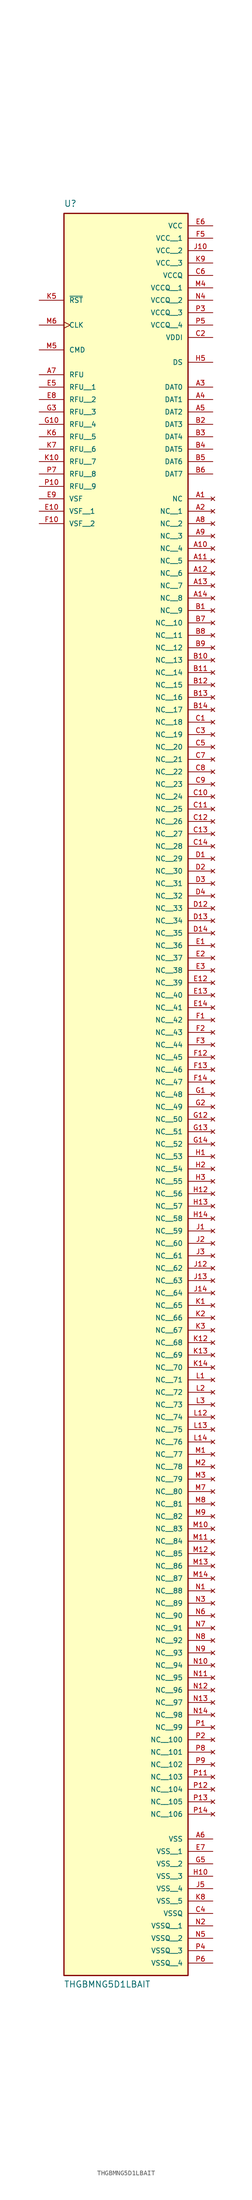
<source format=kicad_sym>
(kicad_symbol_lib
  (version 20211014)
  (generator kicad_symbol_editor)
  (symbol "THGBMNG5D1LBAIT"
    (pin_names
      (offset 1.016))
    (property "Reference" "U"
      (at -12.7 26.67 0)
      (effects (font (size 1.27 1.27)) (justify bottom left)))
    (property "Value" "THGBMNG5D1LBAIT"
      (at -12.7 -337.82 0)
      (effects (font (size 1.27 1.27)) (justify bottom left)))
    (symbol "THGBMNG5D1LBAIT_0_0"
      (rectangle (start -12.7 -335.28) (end 12.7 25.4) (stroke (width 0.254)) (fill (type background)))
      (pin bidirectional line (at 17.78 -10.16 180.0) (length 5.08) (name "DAT0" (effects (font (size 1.016 1.016)))) (number "A3" (effects (font (size 1.016 1.016)))))
      (pin bidirectional line (at 17.78 -12.7 180.0) (length 5.08) (name "DAT1" (effects (font (size 1.016 1.016)))) (number "A4" (effects (font (size 1.016 1.016)))))
      (pin bidirectional line (at 17.78 -15.24 180.0) (length 5.08) (name "DAT2" (effects (font (size 1.016 1.016)))) (number "A5" (effects (font (size 1.016 1.016)))))
      (pin power_in line (at 17.78 -307.34 180.0) (length 5.08) (name "VSS" (effects (font (size 1.016 1.016)))) (number "A6" (effects (font (size 1.016 1.016)))))
      (pin bidirectional line (at 17.78 -17.78 180.0) (length 5.08) (name "DAT3" (effects (font (size 1.016 1.016)))) (number "B2" (effects (font (size 1.016 1.016)))))
      (pin bidirectional line (at 17.78 -20.32 180.0) (length 5.08) (name "DAT4" (effects (font (size 1.016 1.016)))) (number "B3" (effects (font (size 1.016 1.016)))))
      (pin bidirectional line (at 17.78 -22.86 180.0) (length 5.08) (name "DAT5" (effects (font (size 1.016 1.016)))) (number "B4" (effects (font (size 1.016 1.016)))))
      (pin bidirectional line (at 17.78 -25.4 180.0) (length 5.08) (name "DAT6" (effects (font (size 1.016 1.016)))) (number "B5" (effects (font (size 1.016 1.016)))))
      (pin bidirectional line (at 17.78 -27.94 180.0) (length 5.08) (name "DAT7" (effects (font (size 1.016 1.016)))) (number "B6" (effects (font (size 1.016 1.016)))))
      (pin power_in line (at 17.78 0.0 180.0) (length 5.08) (name "VDDI" (effects (font (size 1.016 1.016)))) (number "C2" (effects (font (size 1.016 1.016)))))
      (pin power_in line (at 17.78 -322.58 180.0) (length 5.08) (name "VSSQ" (effects (font (size 1.016 1.016)))) (number "C4" (effects (font (size 1.016 1.016)))))
      (pin power_in line (at 17.78 12.7 180.0) (length 5.08) (name "VCCQ" (effects (font (size 1.016 1.016)))) (number "C6" (effects (font (size 1.016 1.016)))))
      (pin power_in line (at 17.78 22.86 180.0) (length 5.08) (name "VCC" (effects (font (size 1.016 1.016)))) (number "E6" (effects (font (size 1.016 1.016)))))
      (pin bidirectional line (at -17.78 -2.54 0) (length 5.08) (name "CMD" (effects (font (size 1.016 1.016)))) (number "M5" (effects (font (size 1.016 1.016)))))
      (pin output line (at 17.78 -5.08 180.0) (length 5.08) (name "DS" (effects (font (size 1.016 1.016)))) (number "H5" (effects (font (size 1.016 1.016)))))
      (pin input clock (at -17.78 2.54 0) (length 5.08) (name "CLK" (effects (font (size 1.016 1.016)))) (number "M6" (effects (font (size 1.016 1.016)))))
      (pin input line (at -17.78 7.62 0) (length 5.08) (name "~{RST}" (effects (font (size 1.016 1.016)))) (number "K5" (effects (font (size 1.016 1.016)))))
      (pin no_connect line (at 17.78 -33.02 180.0) (length 5.08) (name "NC" (effects (font (size 1.016 1.016)))) (number "A1" (effects (font (size 1.016 1.016)))))
      (pin passive line (at -17.78 -7.62 0) (length 5.08) (name "RFU" (effects (font (size 1.016 1.016)))) (number "A7" (effects (font (size 1.016 1.016)))))
      (pin passive line (at -17.78 -33.02 0) (length 5.08) (name "VSF" (effects (font (size 1.016 1.016)))) (number "E9" (effects (font (size 1.016 1.016)))))
      (pin passive line (at -17.78 -10.16 0) (length 5.08) (name "RFU__1" (effects (font (size 1.016 1.016)))) (number "E5" (effects (font (size 1.016 1.016)))))
      (pin passive line (at -17.78 -12.7 0) (length 5.08) (name "RFU__2" (effects (font (size 1.016 1.016)))) (number "E8" (effects (font (size 1.016 1.016)))))
      (pin passive line (at -17.78 -15.24 0) (length 5.08) (name "RFU__3" (effects (font (size 1.016 1.016)))) (number "G3" (effects (font (size 1.016 1.016)))))
      (pin passive line (at -17.78 -17.78 0) (length 5.08) (name "RFU__4" (effects (font (size 1.016 1.016)))) (number "G10" (effects (font (size 1.016 1.016)))))
      (pin passive line (at -17.78 -20.32 0) (length 5.08) (name "RFU__5" (effects (font (size 1.016 1.016)))) (number "K6" (effects (font (size 1.016 1.016)))))
      (pin passive line (at -17.78 -22.86 0) (length 5.08) (name "RFU__6" (effects (font (size 1.016 1.016)))) (number "K7" (effects (font (size 1.016 1.016)))))
      (pin passive line (at -17.78 -25.4 0) (length 5.08) (name "RFU__7" (effects (font (size 1.016 1.016)))) (number "K10" (effects (font (size 1.016 1.016)))))
      (pin passive line (at -17.78 -27.94 0) (length 5.08) (name "RFU__8" (effects (font (size 1.016 1.016)))) (number "P7" (effects (font (size 1.016 1.016)))))
      (pin passive line (at -17.78 -30.48 0) (length 5.08) (name "RFU__9" (effects (font (size 1.016 1.016)))) (number "P10" (effects (font (size 1.016 1.016)))))
      (pin passive line (at -17.78 -35.56 0) (length 5.08) (name "VSF__1" (effects (font (size 1.016 1.016)))) (number "E10" (effects (font (size 1.016 1.016)))))
      (pin passive line (at -17.78 -38.1 0) (length 5.08) (name "VSF__2" (effects (font (size 1.016 1.016)))) (number "F10" (effects (font (size 1.016 1.016)))))
      (pin power_in line (at 17.78 20.32 180.0) (length 5.08) (name "VCC__1" (effects (font (size 1.016 1.016)))) (number "F5" (effects (font (size 1.016 1.016)))))
      (pin power_in line (at 17.78 17.78 180.0) (length 5.08) (name "VCC__2" (effects (font (size 1.016 1.016)))) (number "J10" (effects (font (size 1.016 1.016)))))
      (pin power_in line (at 17.78 15.24 180.0) (length 5.08) (name "VCC__3" (effects (font (size 1.016 1.016)))) (number "K9" (effects (font (size 1.016 1.016)))))
      (pin power_in line (at 17.78 10.16 180.0) (length 5.08) (name "VCCQ__1" (effects (font (size 1.016 1.016)))) (number "M4" (effects (font (size 1.016 1.016)))))
      (pin power_in line (at 17.78 7.62 180.0) (length 5.08) (name "VCCQ__2" (effects (font (size 1.016 1.016)))) (number "N4" (effects (font (size 1.016 1.016)))))
      (pin power_in line (at 17.78 5.08 180.0) (length 5.08) (name "VCCQ__3" (effects (font (size 1.016 1.016)))) (number "P3" (effects (font (size 1.016 1.016)))))
      (pin power_in line (at 17.78 2.54 180.0) (length 5.08) (name "VCCQ__4" (effects (font (size 1.016 1.016)))) (number "P5" (effects (font (size 1.016 1.016)))))
      (pin no_connect line (at 17.78 -35.56 180.0) (length 5.08) (name "NC__1" (effects (font (size 1.016 1.016)))) (number "A2" (effects (font (size 1.016 1.016)))))
      (pin no_connect line (at 17.78 -38.1 180.0) (length 5.08) (name "NC__2" (effects (font (size 1.016 1.016)))) (number "A8" (effects (font (size 1.016 1.016)))))
      (pin no_connect line (at 17.78 -40.64 180.0) (length 5.08) (name "NC__3" (effects (font (size 1.016 1.016)))) (number "A9" (effects (font (size 1.016 1.016)))))
      (pin no_connect line (at 17.78 -43.18 180.0) (length 5.08) (name "NC__4" (effects (font (size 1.016 1.016)))) (number "A10" (effects (font (size 1.016 1.016)))))
      (pin no_connect line (at 17.78 -45.72 180.0) (length 5.08) (name "NC__5" (effects (font (size 1.016 1.016)))) (number "A11" (effects (font (size 1.016 1.016)))))
      (pin no_connect line (at 17.78 -48.26 180.0) (length 5.08) (name "NC__6" (effects (font (size 1.016 1.016)))) (number "A12" (effects (font (size 1.016 1.016)))))
      (pin no_connect line (at 17.78 -50.8 180.0) (length 5.08) (name "NC__7" (effects (font (size 1.016 1.016)))) (number "A13" (effects (font (size 1.016 1.016)))))
      (pin no_connect line (at 17.78 -53.34 180.0) (length 5.08) (name "NC__8" (effects (font (size 1.016 1.016)))) (number "A14" (effects (font (size 1.016 1.016)))))
      (pin no_connect line (at 17.78 -55.88 180.0) (length 5.08) (name "NC__9" (effects (font (size 1.016 1.016)))) (number "B1" (effects (font (size 1.016 1.016)))))
      (pin no_connect line (at 17.78 -58.42 180.0) (length 5.08) (name "NC__10" (effects (font (size 1.016 1.016)))) (number "B7" (effects (font (size 1.016 1.016)))))
      (pin no_connect line (at 17.78 -60.96 180.0) (length 5.08) (name "NC__11" (effects (font (size 1.016 1.016)))) (number "B8" (effects (font (size 1.016 1.016)))))
      (pin no_connect line (at 17.78 -63.5 180.0) (length 5.08) (name "NC__12" (effects (font (size 1.016 1.016)))) (number "B9" (effects (font (size 1.016 1.016)))))
      (pin no_connect line (at 17.78 -66.04 180.0) (length 5.08) (name "NC__13" (effects (font (size 1.016 1.016)))) (number "B10" (effects (font (size 1.016 1.016)))))
      (pin no_connect line (at 17.78 -68.58 180.0) (length 5.08) (name "NC__14" (effects (font (size 1.016 1.016)))) (number "B11" (effects (font (size 1.016 1.016)))))
      (pin no_connect line (at 17.78 -71.12 180.0) (length 5.08) (name "NC__15" (effects (font (size 1.016 1.016)))) (number "B12" (effects (font (size 1.016 1.016)))))
      (pin no_connect line (at 17.78 -73.66 180.0) (length 5.08) (name "NC__16" (effects (font (size 1.016 1.016)))) (number "B13" (effects (font (size 1.016 1.016)))))
      (pin no_connect line (at 17.78 -76.2 180.0) (length 5.08) (name "NC__17" (effects (font (size 1.016 1.016)))) (number "B14" (effects (font (size 1.016 1.016)))))
      (pin no_connect line (at 17.78 -78.74 180.0) (length 5.08) (name "NC__18" (effects (font (size 1.016 1.016)))) (number "C1" (effects (font (size 1.016 1.016)))))
      (pin no_connect line (at 17.78 -81.28 180.0) (length 5.08) (name "NC__19" (effects (font (size 1.016 1.016)))) (number "C3" (effects (font (size 1.016 1.016)))))
      (pin no_connect line (at 17.78 -83.82 180.0) (length 5.08) (name "NC__20" (effects (font (size 1.016 1.016)))) (number "C5" (effects (font (size 1.016 1.016)))))
      (pin no_connect line (at 17.78 -86.36 180.0) (length 5.08) (name "NC__21" (effects (font (size 1.016 1.016)))) (number "C7" (effects (font (size 1.016 1.016)))))
      (pin no_connect line (at 17.78 -88.9 180.0) (length 5.08) (name "NC__22" (effects (font (size 1.016 1.016)))) (number "C8" (effects (font (size 1.016 1.016)))))
      (pin no_connect line (at 17.78 -91.44 180.0) (length 5.08) (name "NC__23" (effects (font (size 1.016 1.016)))) (number "C9" (effects (font (size 1.016 1.016)))))
      (pin no_connect line (at 17.78 -93.98 180.0) (length 5.08) (name "NC__24" (effects (font (size 1.016 1.016)))) (number "C10" (effects (font (size 1.016 1.016)))))
      (pin no_connect line (at 17.78 -96.52 180.0) (length 5.08) (name "NC__25" (effects (font (size 1.016 1.016)))) (number "C11" (effects (font (size 1.016 1.016)))))
      (pin no_connect line (at 17.78 -99.06 180.0) (length 5.08) (name "NC__26" (effects (font (size 1.016 1.016)))) (number "C12" (effects (font (size 1.016 1.016)))))
      (pin no_connect line (at 17.78 -101.6 180.0) (length 5.08) (name "NC__27" (effects (font (size 1.016 1.016)))) (number "C13" (effects (font (size 1.016 1.016)))))
      (pin no_connect line (at 17.78 -104.14 180.0) (length 5.08) (name "NC__28" (effects (font (size 1.016 1.016)))) (number "C14" (effects (font (size 1.016 1.016)))))
      (pin no_connect line (at 17.78 -106.68 180.0) (length 5.08) (name "NC__29" (effects (font (size 1.016 1.016)))) (number "D1" (effects (font (size 1.016 1.016)))))
      (pin no_connect line (at 17.78 -109.22 180.0) (length 5.08) (name "NC__30" (effects (font (size 1.016 1.016)))) (number "D2" (effects (font (size 1.016 1.016)))))
      (pin no_connect line (at 17.78 -111.76 180.0) (length 5.08) (name "NC__31" (effects (font (size 1.016 1.016)))) (number "D3" (effects (font (size 1.016 1.016)))))
      (pin no_connect line (at 17.78 -114.3 180.0) (length 5.08) (name "NC__32" (effects (font (size 1.016 1.016)))) (number "D4" (effects (font (size 1.016 1.016)))))
      (pin no_connect line (at 17.78 -116.84 180.0) (length 5.08) (name "NC__33" (effects (font (size 1.016 1.016)))) (number "D12" (effects (font (size 1.016 1.016)))))
      (pin no_connect line (at 17.78 -119.38 180.0) (length 5.08) (name "NC__34" (effects (font (size 1.016 1.016)))) (number "D13" (effects (font (size 1.016 1.016)))))
      (pin no_connect line (at 17.78 -121.92 180.0) (length 5.08) (name "NC__35" (effects (font (size 1.016 1.016)))) (number "D14" (effects (font (size 1.016 1.016)))))
      (pin no_connect line (at 17.78 -124.46 180.0) (length 5.08) (name "NC__36" (effects (font (size 1.016 1.016)))) (number "E1" (effects (font (size 1.016 1.016)))))
      (pin no_connect line (at 17.78 -127.0 180.0) (length 5.08) (name "NC__37" (effects (font (size 1.016 1.016)))) (number "E2" (effects (font (size 1.016 1.016)))))
      (pin no_connect line (at 17.78 -129.54 180.0) (length 5.08) (name "NC__38" (effects (font (size 1.016 1.016)))) (number "E3" (effects (font (size 1.016 1.016)))))
      (pin no_connect line (at 17.78 -132.08 180.0) (length 5.08) (name "NC__39" (effects (font (size 1.016 1.016)))) (number "E12" (effects (font (size 1.016 1.016)))))
      (pin no_connect line (at 17.78 -134.62 180.0) (length 5.08) (name "NC__40" (effects (font (size 1.016 1.016)))) (number "E13" (effects (font (size 1.016 1.016)))))
      (pin no_connect line (at 17.78 -137.16 180.0) (length 5.08) (name "NC__41" (effects (font (size 1.016 1.016)))) (number "E14" (effects (font (size 1.016 1.016)))))
      (pin no_connect line (at 17.78 -139.7 180.0) (length 5.08) (name "NC__42" (effects (font (size 1.016 1.016)))) (number "F1" (effects (font (size 1.016 1.016)))))
      (pin no_connect line (at 17.78 -142.24 180.0) (length 5.08) (name "NC__43" (effects (font (size 1.016 1.016)))) (number "F2" (effects (font (size 1.016 1.016)))))
      (pin no_connect line (at 17.78 -144.78 180.0) (length 5.08) (name "NC__44" (effects (font (size 1.016 1.016)))) (number "F3" (effects (font (size 1.016 1.016)))))
      (pin no_connect line (at 17.78 -147.32 180.0) (length 5.08) (name "NC__45" (effects (font (size 1.016 1.016)))) (number "F12" (effects (font (size 1.016 1.016)))))
      (pin no_connect line (at 17.78 -149.86 180.0) (length 5.08) (name "NC__46" (effects (font (size 1.016 1.016)))) (number "F13" (effects (font (size 1.016 1.016)))))
      (pin no_connect line (at 17.78 -152.4 180.0) (length 5.08) (name "NC__47" (effects (font (size 1.016 1.016)))) (number "F14" (effects (font (size 1.016 1.016)))))
      (pin no_connect line (at 17.78 -154.94 180.0) (length 5.08) (name "NC__48" (effects (font (size 1.016 1.016)))) (number "G1" (effects (font (size 1.016 1.016)))))
      (pin no_connect line (at 17.78 -157.48 180.0) (length 5.08) (name "NC__49" (effects (font (size 1.016 1.016)))) (number "G2" (effects (font (size 1.016 1.016)))))
      (pin no_connect line (at 17.78 -160.02 180.0) (length 5.08) (name "NC__50" (effects (font (size 1.016 1.016)))) (number "G12" (effects (font (size 1.016 1.016)))))
      (pin no_connect line (at 17.78 -162.56 180.0) (length 5.08) (name "NC__51" (effects (font (size 1.016 1.016)))) (number "G13" (effects (font (size 1.016 1.016)))))
      (pin no_connect line (at 17.78 -165.1 180.0) (length 5.08) (name "NC__52" (effects (font (size 1.016 1.016)))) (number "G14" (effects (font (size 1.016 1.016)))))
      (pin no_connect line (at 17.78 -167.64 180.0) (length 5.08) (name "NC__53" (effects (font (size 1.016 1.016)))) (number "H1" (effects (font (size 1.016 1.016)))))
      (pin no_connect line (at 17.78 -170.18 180.0) (length 5.08) (name "NC__54" (effects (font (size 1.016 1.016)))) (number "H2" (effects (font (size 1.016 1.016)))))
      (pin no_connect line (at 17.78 -172.72 180.0) (length 5.08) (name "NC__55" (effects (font (size 1.016 1.016)))) (number "H3" (effects (font (size 1.016 1.016)))))
      (pin no_connect line (at 17.78 -175.26 180.0) (length 5.08) (name "NC__56" (effects (font (size 1.016 1.016)))) (number "H12" (effects (font (size 1.016 1.016)))))
      (pin no_connect line (at 17.78 -177.8 180.0) (length 5.08) (name "NC__57" (effects (font (size 1.016 1.016)))) (number "H13" (effects (font (size 1.016 1.016)))))
      (pin no_connect line (at 17.78 -180.34 180.0) (length 5.08) (name "NC__58" (effects (font (size 1.016 1.016)))) (number "H14" (effects (font (size 1.016 1.016)))))
      (pin no_connect line (at 17.78 -182.88 180.0) (length 5.08) (name "NC__59" (effects (font (size 1.016 1.016)))) (number "J1" (effects (font (size 1.016 1.016)))))
      (pin no_connect line (at 17.78 -185.42 180.0) (length 5.08) (name "NC__60" (effects (font (size 1.016 1.016)))) (number "J2" (effects (font (size 1.016 1.016)))))
      (pin no_connect line (at 17.78 -187.96 180.0) (length 5.08) (name "NC__61" (effects (font (size 1.016 1.016)))) (number "J3" (effects (font (size 1.016 1.016)))))
      (pin no_connect line (at 17.78 -190.5 180.0) (length 5.08) (name "NC__62" (effects (font (size 1.016 1.016)))) (number "J12" (effects (font (size 1.016 1.016)))))
      (pin no_connect line (at 17.78 -193.04 180.0) (length 5.08) (name "NC__63" (effects (font (size 1.016 1.016)))) (number "J13" (effects (font (size 1.016 1.016)))))
      (pin no_connect line (at 17.78 -195.58 180.0) (length 5.08) (name "NC__64" (effects (font (size 1.016 1.016)))) (number "J14" (effects (font (size 1.016 1.016)))))
      (pin no_connect line (at 17.78 -198.12 180.0) (length 5.08) (name "NC__65" (effects (font (size 1.016 1.016)))) (number "K1" (effects (font (size 1.016 1.016)))))
      (pin no_connect line (at 17.78 -200.66 180.0) (length 5.08) (name "NC__66" (effects (font (size 1.016 1.016)))) (number "K2" (effects (font (size 1.016 1.016)))))
      (pin no_connect line (at 17.78 -203.2 180.0) (length 5.08) (name "NC__67" (effects (font (size 1.016 1.016)))) (number "K3" (effects (font (size 1.016 1.016)))))
      (pin no_connect line (at 17.78 -205.74 180.0) (length 5.08) (name "NC__68" (effects (font (size 1.016 1.016)))) (number "K12" (effects (font (size 1.016 1.016)))))
      (pin no_connect line (at 17.78 -208.28 180.0) (length 5.08) (name "NC__69" (effects (font (size 1.016 1.016)))) (number "K13" (effects (font (size 1.016 1.016)))))
      (pin no_connect line (at 17.78 -210.82 180.0) (length 5.08) (name "NC__70" (effects (font (size 1.016 1.016)))) (number "K14" (effects (font (size 1.016 1.016)))))
      (pin no_connect line (at 17.78 -213.36 180.0) (length 5.08) (name "NC__71" (effects (font (size 1.016 1.016)))) (number "L1" (effects (font (size 1.016 1.016)))))
      (pin no_connect line (at 17.78 -215.9 180.0) (length 5.08) (name "NC__72" (effects (font (size 1.016 1.016)))) (number "L2" (effects (font (size 1.016 1.016)))))
      (pin no_connect line (at 17.78 -218.44 180.0) (length 5.08) (name "NC__73" (effects (font (size 1.016 1.016)))) (number "L3" (effects (font (size 1.016 1.016)))))
      (pin no_connect line (at 17.78 -220.98 180.0) (length 5.08) (name "NC__74" (effects (font (size 1.016 1.016)))) (number "L12" (effects (font (size 1.016 1.016)))))
      (pin no_connect line (at 17.78 -223.52 180.0) (length 5.08) (name "NC__75" (effects (font (size 1.016 1.016)))) (number "L13" (effects (font (size 1.016 1.016)))))
      (pin no_connect line (at 17.78 -226.06 180.0) (length 5.08) (name "NC__76" (effects (font (size 1.016 1.016)))) (number "L14" (effects (font (size 1.016 1.016)))))
      (pin no_connect line (at 17.78 -228.6 180.0) (length 5.08) (name "NC__77" (effects (font (size 1.016 1.016)))) (number "M1" (effects (font (size 1.016 1.016)))))
      (pin no_connect line (at 17.78 -231.14 180.0) (length 5.08) (name "NC__78" (effects (font (size 1.016 1.016)))) (number "M2" (effects (font (size 1.016 1.016)))))
      (pin no_connect line (at 17.78 -233.68 180.0) (length 5.08) (name "NC__79" (effects (font (size 1.016 1.016)))) (number "M3" (effects (font (size 1.016 1.016)))))
      (pin no_connect line (at 17.78 -236.22 180.0) (length 5.08) (name "NC__80" (effects (font (size 1.016 1.016)))) (number "M7" (effects (font (size 1.016 1.016)))))
      (pin no_connect line (at 17.78 -238.76 180.0) (length 5.08) (name "NC__81" (effects (font (size 1.016 1.016)))) (number "M8" (effects (font (size 1.016 1.016)))))
      (pin no_connect line (at 17.78 -241.3 180.0) (length 5.08) (name "NC__82" (effects (font (size 1.016 1.016)))) (number "M9" (effects (font (size 1.016 1.016)))))
      (pin no_connect line (at 17.78 -243.84 180.0) (length 5.08) (name "NC__83" (effects (font (size 1.016 1.016)))) (number "M10" (effects (font (size 1.016 1.016)))))
      (pin no_connect line (at 17.78 -246.38 180.0) (length 5.08) (name "NC__84" (effects (font (size 1.016 1.016)))) (number "M11" (effects (font (size 1.016 1.016)))))
      (pin no_connect line (at 17.78 -248.92 180.0) (length 5.08) (name "NC__85" (effects (font (size 1.016 1.016)))) (number "M12" (effects (font (size 1.016 1.016)))))
      (pin no_connect line (at 17.78 -251.46 180.0) (length 5.08) (name "NC__86" (effects (font (size 1.016 1.016)))) (number "M13" (effects (font (size 1.016 1.016)))))
      (pin no_connect line (at 17.78 -254.0 180.0) (length 5.08) (name "NC__87" (effects (font (size 1.016 1.016)))) (number "M14" (effects (font (size 1.016 1.016)))))
      (pin no_connect line (at 17.78 -256.54 180.0) (length 5.08) (name "NC__88" (effects (font (size 1.016 1.016)))) (number "N1" (effects (font (size 1.016 1.016)))))
      (pin no_connect line (at 17.78 -259.08 180.0) (length 5.08) (name "NC__89" (effects (font (size 1.016 1.016)))) (number "N3" (effects (font (size 1.016 1.016)))))
      (pin no_connect line (at 17.78 -261.62 180.0) (length 5.08) (name "NC__90" (effects (font (size 1.016 1.016)))) (number "N6" (effects (font (size 1.016 1.016)))))
      (pin no_connect line (at 17.78 -264.16 180.0) (length 5.08) (name "NC__91" (effects (font (size 1.016 1.016)))) (number "N7" (effects (font (size 1.016 1.016)))))
      (pin no_connect line (at 17.78 -266.7 180.0) (length 5.08) (name "NC__92" (effects (font (size 1.016 1.016)))) (number "N8" (effects (font (size 1.016 1.016)))))
      (pin no_connect line (at 17.78 -269.24 180.0) (length 5.08) (name "NC__93" (effects (font (size 1.016 1.016)))) (number "N9" (effects (font (size 1.016 1.016)))))
      (pin no_connect line (at 17.78 -271.78 180.0) (length 5.08) (name "NC__94" (effects (font (size 1.016 1.016)))) (number "N10" (effects (font (size 1.016 1.016)))))
      (pin no_connect line (at 17.78 -274.32 180.0) (length 5.08) (name "NC__95" (effects (font (size 1.016 1.016)))) (number "N11" (effects (font (size 1.016 1.016)))))
      (pin no_connect line (at 17.78 -276.86 180.0) (length 5.08) (name "NC__96" (effects (font (size 1.016 1.016)))) (number "N12" (effects (font (size 1.016 1.016)))))
      (pin no_connect line (at 17.78 -279.4 180.0) (length 5.08) (name "NC__97" (effects (font (size 1.016 1.016)))) (number "N13" (effects (font (size 1.016 1.016)))))
      (pin no_connect line (at 17.78 -281.94 180.0) (length 5.08) (name "NC__98" (effects (font (size 1.016 1.016)))) (number "N14" (effects (font (size 1.016 1.016)))))
      (pin no_connect line (at 17.78 -284.48 180.0) (length 5.08) (name "NC__99" (effects (font (size 1.016 1.016)))) (number "P1" (effects (font (size 1.016 1.016)))))
      (pin no_connect line (at 17.78 -287.02 180.0) (length 5.08) (name "NC__100" (effects (font (size 1.016 1.016)))) (number "P2" (effects (font (size 1.016 1.016)))))
      (pin no_connect line (at 17.78 -289.56 180.0) (length 5.08) (name "NC__101" (effects (font (size 1.016 1.016)))) (number "P8" (effects (font (size 1.016 1.016)))))
      (pin no_connect line (at 17.78 -292.1 180.0) (length 5.08) (name "NC__102" (effects (font (size 1.016 1.016)))) (number "P9" (effects (font (size 1.016 1.016)))))
      (pin no_connect line (at 17.78 -294.64 180.0) (length 5.08) (name "NC__103" (effects (font (size 1.016 1.016)))) (number "P11" (effects (font (size 1.016 1.016)))))
      (pin no_connect line (at 17.78 -297.18 180.0) (length 5.08) (name "NC__104" (effects (font (size 1.016 1.016)))) (number "P12" (effects (font (size 1.016 1.016)))))
      (pin no_connect line (at 17.78 -299.72 180.0) (length 5.08) (name "NC__105" (effects (font (size 1.016 1.016)))) (number "P13" (effects (font (size 1.016 1.016)))))
      (pin no_connect line (at 17.78 -302.26 180.0) (length 5.08) (name "NC__106" (effects (font (size 1.016 1.016)))) (number "P14" (effects (font (size 1.016 1.016)))))
      (pin power_in line (at 17.78 -309.88 180.0) (length 5.08) (name "VSS__1" (effects (font (size 1.016 1.016)))) (number "E7" (effects (font (size 1.016 1.016)))))
      (pin power_in line (at 17.78 -312.42 180.0) (length 5.08) (name "VSS__2" (effects (font (size 1.016 1.016)))) (number "G5" (effects (font (size 1.016 1.016)))))
      (pin power_in line (at 17.78 -314.96 180.0) (length 5.08) (name "VSS__3" (effects (font (size 1.016 1.016)))) (number "H10" (effects (font (size 1.016 1.016)))))
      (pin power_in line (at 17.78 -317.5 180.0) (length 5.08) (name "VSS__4" (effects (font (size 1.016 1.016)))) (number "J5" (effects (font (size 1.016 1.016)))))
      (pin power_in line (at 17.78 -320.04 180.0) (length 5.08) (name "VSS__5" (effects (font (size 1.016 1.016)))) (number "K8" (effects (font (size 1.016 1.016)))))
      (pin power_in line (at 17.78 -325.12 180.0) (length 5.08) (name "VSSQ__1" (effects (font (size 1.016 1.016)))) (number "N2" (effects (font (size 1.016 1.016)))))
      (pin power_in line (at 17.78 -327.66 180.0) (length 5.08) (name "VSSQ__2" (effects (font (size 1.016 1.016)))) (number "N5" (effects (font (size 1.016 1.016)))))
      (pin power_in line (at 17.78 -330.2 180.0) (length 5.08) (name "VSSQ__3" (effects (font (size 1.016 1.016)))) (number "P4" (effects (font (size 1.016 1.016)))))
      (pin power_in line (at 17.78 -332.74 180.0) (length 5.08) (name "VSSQ__4" (effects (font (size 1.016 1.016)))) (number "P6" (effects (font (size 1.016 1.016))))))))
</source>
